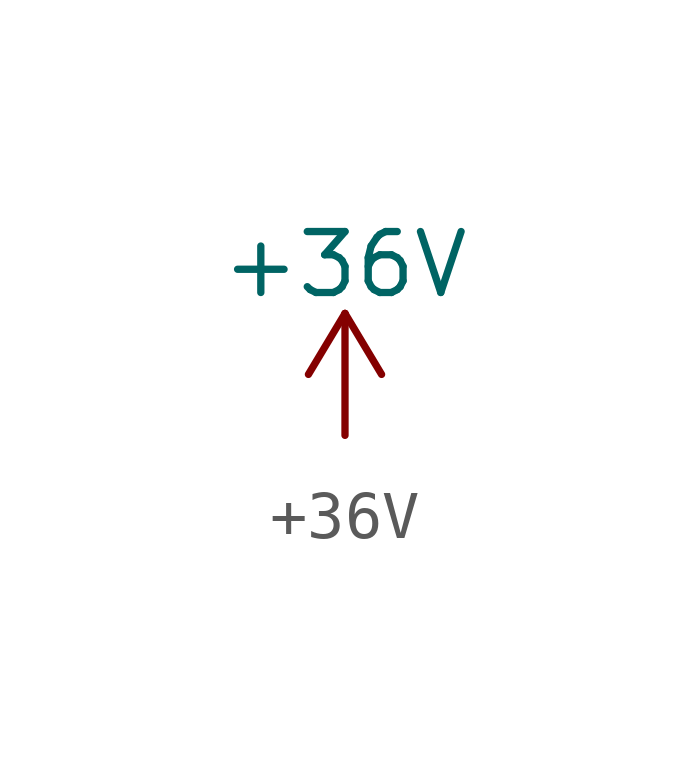
<source format=kicad_sym>
(kicad_symbol_lib
  (version 20231120)
  (generator "kicad_symbol_editor")
  (generator_version "8.0")
  (symbol "+36V"
    (power)
    (pin_numbers hide)
    (pin_names
      (offset 0) hide)
    (property "Reference" "#PWR"
      (at 0 -3.81 0)
      (effects (font (size 1.27 1.27)) (hide yes)))
    (property "Value" "+36V"
      (at 0 3.556 0)
      (effects (font (size 1.27 1.27))))
    (symbol "+36V_0_1"
      (polyline (pts (xy -0.762 1.27) (xy 0 2.54)) (stroke (width 0) (type default)) (fill (type none)))
      (polyline (pts (xy 0 0) (xy 0 2.54)) (stroke (width 0) (type default)) (fill (type none)))
      (polyline (pts (xy 0 2.54) (xy 0.762 1.27)) (stroke (width 0) (type default)) (fill (type none))))
    (symbol "+36V_1_1"
      (pin power_in line (at 0 0 90) (length 0) hide (name "+36V" (effects (font (size 1.27 1.27)))) (number "1" (effects (font (size 1.27 1.27))))))))
</source>
